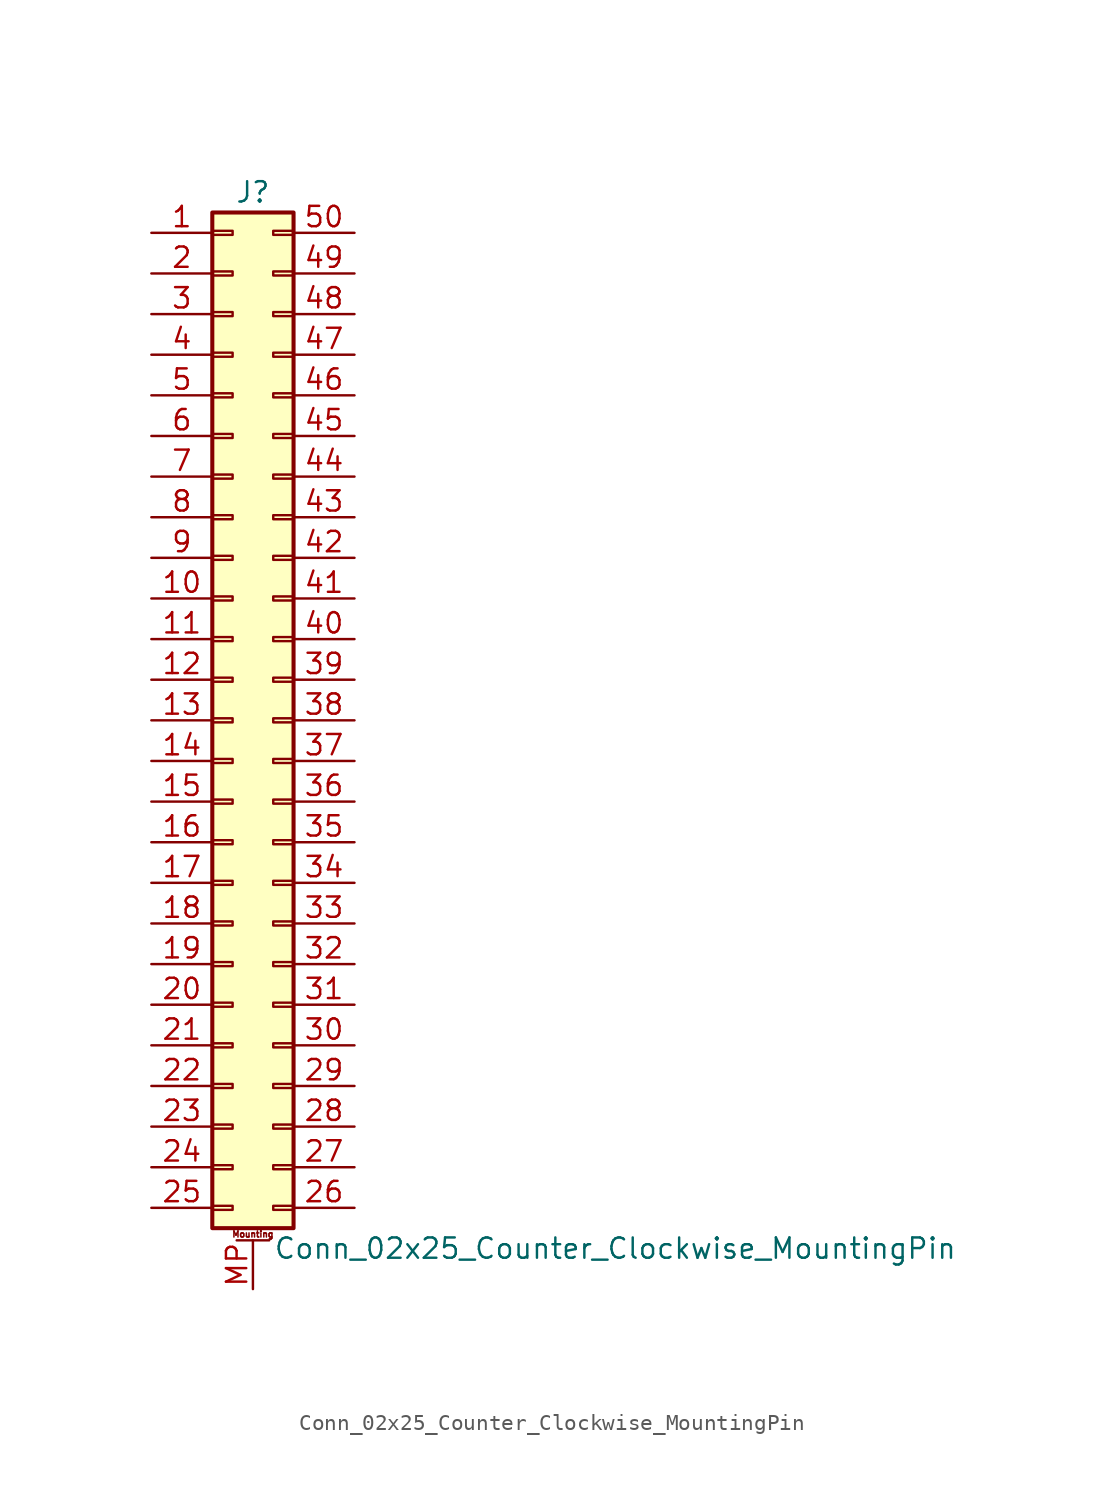
<source format=kicad_sym>
(kicad_symbol_lib
  (version 20201005)
  (generator kicad_symbol_editor)
  (symbol "Conn_02x25_Counter_Clockwise_MountingPin"
    (pin_names
      (offset 1.016) hide)
    (property "Reference" "J"
      (at 1.27 33.02 0)
      (effects (font (size 1.27 1.27))))
    (property "Value" "Conn_02x25_Counter_Clockwise_MountingPin"
      (at 2.54 -33.02 0)
      (effects (font (size 1.27 1.27)) (justify left)))
    (symbol "Conn_02x25_Counter_Clockwise_MountingPin_1_1"
      (text "Mounting" (at 1.27 -32.131 0) (effects (font (size 0.381 0.381))))
      (rectangle (start -1.27 -30.353) (end 0 -30.607) (stroke (width 0.152)) (fill (type none)))
      (rectangle (start -1.27 -27.813) (end 0 -28.067) (stroke (width 0.152)) (fill (type none)))
      (rectangle (start -1.27 -25.273) (end 0 -25.527) (stroke (width 0.152)) (fill (type none)))
      (rectangle (start -1.27 -22.733) (end 0 -22.987) (stroke (width 0.152)) (fill (type none)))
      (rectangle (start -1.27 -20.193) (end 0 -20.447) (stroke (width 0.152)) (fill (type none)))
      (rectangle (start -1.27 -17.653) (end 0 -17.907) (stroke (width 0.152)) (fill (type none)))
      (rectangle (start -1.27 -15.113) (end 0 -15.367) (stroke (width 0.152)) (fill (type none)))
      (rectangle (start -1.27 -12.573) (end 0 -12.827) (stroke (width 0.152)) (fill (type none)))
      (rectangle (start -1.27 -10.033) (end 0 -10.287) (stroke (width 0.152)) (fill (type none)))
      (rectangle (start -1.27 -7.493) (end 0 -7.747) (stroke (width 0.152)) (fill (type none)))
      (rectangle (start -1.27 -4.953) (end 0 -5.207) (stroke (width 0.152)) (fill (type none)))
      (rectangle (start -1.27 -2.413) (end 0 -2.667) (stroke (width 0.152)) (fill (type none)))
      (rectangle (start -1.27 0.127) (end 0 -0.127) (stroke (width 0.152)) (fill (type none)))
      (rectangle (start -1.27 2.667) (end 0 2.413) (stroke (width 0.152)) (fill (type none)))
      (rectangle (start -1.27 5.207) (end 0 4.953) (stroke (width 0.152)) (fill (type none)))
      (rectangle (start -1.27 7.747) (end 0 7.493) (stroke (width 0.152)) (fill (type none)))
      (rectangle (start -1.27 10.287) (end 0 10.033) (stroke (width 0.152)) (fill (type none)))
      (rectangle (start -1.27 12.827) (end 0 12.573) (stroke (width 0.152)) (fill (type none)))
      (rectangle (start -1.27 15.367) (end 0 15.113) (stroke (width 0.152)) (fill (type none)))
      (rectangle (start -1.27 17.907) (end 0 17.653) (stroke (width 0.152)) (fill (type none)))
      (rectangle (start -1.27 20.447) (end 0 20.193) (stroke (width 0.152)) (fill (type none)))
      (rectangle (start -1.27 22.987) (end 0 22.733) (stroke (width 0.152)) (fill (type none)))
      (rectangle (start -1.27 25.527) (end 0 25.273) (stroke (width 0.152)) (fill (type none)))
      (rectangle (start -1.27 28.067) (end 0 27.813) (stroke (width 0.152)) (fill (type none)))
      (rectangle (start -1.27 30.607) (end 0 30.353) (stroke (width 0.152)) (fill (type none)))
      (rectangle (start 3.81 -30.353) (end 2.54 -30.607) (stroke (width 0.152)) (fill (type none)))
      (rectangle (start 3.81 -27.813) (end 2.54 -28.067) (stroke (width 0.152)) (fill (type none)))
      (rectangle (start 3.81 -25.273) (end 2.54 -25.527) (stroke (width 0.152)) (fill (type none)))
      (rectangle (start 3.81 -22.733) (end 2.54 -22.987) (stroke (width 0.152)) (fill (type none)))
      (rectangle (start 3.81 -20.193) (end 2.54 -20.447) (stroke (width 0.152)) (fill (type none)))
      (rectangle (start 3.81 -17.653) (end 2.54 -17.907) (stroke (width 0.152)) (fill (type none)))
      (rectangle (start 3.81 -15.113) (end 2.54 -15.367) (stroke (width 0.152)) (fill (type none)))
      (rectangle (start 3.81 -12.573) (end 2.54 -12.827) (stroke (width 0.152)) (fill (type none)))
      (rectangle (start 3.81 -10.033) (end 2.54 -10.287) (stroke (width 0.152)) (fill (type none)))
      (rectangle (start 3.81 -7.493) (end 2.54 -7.747) (stroke (width 0.152)) (fill (type none)))
      (rectangle (start 3.81 -4.953) (end 2.54 -5.207) (stroke (width 0.152)) (fill (type none)))
      (rectangle (start 3.81 -2.413) (end 2.54 -2.667) (stroke (width 0.152)) (fill (type none)))
      (rectangle (start 3.81 0.127) (end 2.54 -0.127) (stroke (width 0.152)) (fill (type none)))
      (rectangle (start 3.81 2.667) (end 2.54 2.413) (stroke (width 0.152)) (fill (type none)))
      (rectangle (start 3.81 5.207) (end 2.54 4.953) (stroke (width 0.152)) (fill (type none)))
      (rectangle (start 3.81 7.747) (end 2.54 7.493) (stroke (width 0.152)) (fill (type none)))
      (rectangle (start 3.81 10.287) (end 2.54 10.033) (stroke (width 0.152)) (fill (type none)))
      (rectangle (start 3.81 12.827) (end 2.54 12.573) (stroke (width 0.152)) (fill (type none)))
      (rectangle (start 3.81 15.367) (end 2.54 15.113) (stroke (width 0.152)) (fill (type none)))
      (rectangle (start 3.81 17.907) (end 2.54 17.653) (stroke (width 0.152)) (fill (type none)))
      (rectangle (start 3.81 20.447) (end 2.54 20.193) (stroke (width 0.152)) (fill (type none)))
      (rectangle (start 3.81 22.987) (end 2.54 22.733) (stroke (width 0.152)) (fill (type none)))
      (rectangle (start 3.81 25.527) (end 2.54 25.273) (stroke (width 0.152)) (fill (type none)))
      (rectangle (start 3.81 28.067) (end 2.54 27.813) (stroke (width 0.152)) (fill (type none)))
      (rectangle (start 3.81 30.607) (end 2.54 30.353) (stroke (width 0.152)) (fill (type none)))
      (rectangle (start -1.27 31.75) (end 3.81 -31.75) (stroke (width 0.254)) (fill (type background)))
      (polyline (pts (xy 0.254 -32.512) (xy 2.286 -32.512)) (stroke (width 0.152)) (fill (type none)))
      (pin passive line (at -5.08 30.48 0) (length 3.81) (name "Pin_1" (effects (font (size 1.27 1.27)))) (number "1" (effects (font (size 1.27 1.27)))))
      (pin passive line (at -5.08 7.62 0) (length 3.81) (name "Pin_10" (effects (font (size 1.27 1.27)))) (number "10" (effects (font (size 1.27 1.27)))))
      (pin passive line (at -5.08 5.08 0) (length 3.81) (name "Pin_11" (effects (font (size 1.27 1.27)))) (number "11" (effects (font (size 1.27 1.27)))))
      (pin passive line (at -5.08 2.54 0) (length 3.81) (name "Pin_12" (effects (font (size 1.27 1.27)))) (number "12" (effects (font (size 1.27 1.27)))))
      (pin passive line (at -5.08 0 0) (length 3.81) (name "Pin_13" (effects (font (size 1.27 1.27)))) (number "13" (effects (font (size 1.27 1.27)))))
      (pin passive line (at -5.08 -2.54 0) (length 3.81) (name "Pin_14" (effects (font (size 1.27 1.27)))) (number "14" (effects (font (size 1.27 1.27)))))
      (pin passive line (at -5.08 -5.08 0) (length 3.81) (name "Pin_15" (effects (font (size 1.27 1.27)))) (number "15" (effects (font (size 1.27 1.27)))))
      (pin passive line (at -5.08 -7.62 0) (length 3.81) (name "Pin_16" (effects (font (size 1.27 1.27)))) (number "16" (effects (font (size 1.27 1.27)))))
      (pin passive line (at -5.08 -10.16 0) (length 3.81) (name "Pin_17" (effects (font (size 1.27 1.27)))) (number "17" (effects (font (size 1.27 1.27)))))
      (pin passive line (at -5.08 -12.7 0) (length 3.81) (name "Pin_18" (effects (font (size 1.27 1.27)))) (number "18" (effects (font (size 1.27 1.27)))))
      (pin passive line (at -5.08 -15.24 0) (length 3.81) (name "Pin_19" (effects (font (size 1.27 1.27)))) (number "19" (effects (font (size 1.27 1.27)))))
      (pin passive line (at -5.08 27.94 0) (length 3.81) (name "Pin_2" (effects (font (size 1.27 1.27)))) (number "2" (effects (font (size 1.27 1.27)))))
      (pin passive line (at -5.08 -17.78 0) (length 3.81) (name "Pin_20" (effects (font (size 1.27 1.27)))) (number "20" (effects (font (size 1.27 1.27)))))
      (pin passive line (at -5.08 -20.32 0) (length 3.81) (name "Pin_21" (effects (font (size 1.27 1.27)))) (number "21" (effects (font (size 1.27 1.27)))))
      (pin passive line (at -5.08 -22.86 0) (length 3.81) (name "Pin_22" (effects (font (size 1.27 1.27)))) (number "22" (effects (font (size 1.27 1.27)))))
      (pin passive line (at -5.08 -25.4 0) (length 3.81) (name "Pin_23" (effects (font (size 1.27 1.27)))) (number "23" (effects (font (size 1.27 1.27)))))
      (pin passive line (at -5.08 -27.94 0) (length 3.81) (name "Pin_24" (effects (font (size 1.27 1.27)))) (number "24" (effects (font (size 1.27 1.27)))))
      (pin passive line (at -5.08 -30.48 0) (length 3.81) (name "Pin_25" (effects (font (size 1.27 1.27)))) (number "25" (effects (font (size 1.27 1.27)))))
      (pin passive line (at 7.62 -30.48 180) (length 3.81) (name "Pin_26" (effects (font (size 1.27 1.27)))) (number "26" (effects (font (size 1.27 1.27)))))
      (pin passive line (at 7.62 -27.94 180) (length 3.81) (name "Pin_27" (effects (font (size 1.27 1.27)))) (number "27" (effects (font (size 1.27 1.27)))))
      (pin passive line (at 7.62 -25.4 180) (length 3.81) (name "Pin_28" (effects (font (size 1.27 1.27)))) (number "28" (effects (font (size 1.27 1.27)))))
      (pin passive line (at 7.62 -22.86 180) (length 3.81) (name "Pin_29" (effects (font (size 1.27 1.27)))) (number "29" (effects (font (size 1.27 1.27)))))
      (pin passive line (at -5.08 25.4 0) (length 3.81) (name "Pin_3" (effects (font (size 1.27 1.27)))) (number "3" (effects (font (size 1.27 1.27)))))
      (pin passive line (at 7.62 -20.32 180) (length 3.81) (name "Pin_30" (effects (font (size 1.27 1.27)))) (number "30" (effects (font (size 1.27 1.27)))))
      (pin passive line (at 7.62 -17.78 180) (length 3.81) (name "Pin_31" (effects (font (size 1.27 1.27)))) (number "31" (effects (font (size 1.27 1.27)))))
      (pin passive line (at 7.62 -15.24 180) (length 3.81) (name "Pin_32" (effects (font (size 1.27 1.27)))) (number "32" (effects (font (size 1.27 1.27)))))
      (pin passive line (at 7.62 -12.7 180) (length 3.81) (name "Pin_33" (effects (font (size 1.27 1.27)))) (number "33" (effects (font (size 1.27 1.27)))))
      (pin passive line (at 7.62 -10.16 180) (length 3.81) (name "Pin_34" (effects (font (size 1.27 1.27)))) (number "34" (effects (font (size 1.27 1.27)))))
      (pin passive line (at 7.62 -7.62 180) (length 3.81) (name "Pin_35" (effects (font (size 1.27 1.27)))) (number "35" (effects (font (size 1.27 1.27)))))
      (pin passive line (at 7.62 -5.08 180) (length 3.81) (name "Pin_36" (effects (font (size 1.27 1.27)))) (number "36" (effects (font (size 1.27 1.27)))))
      (pin passive line (at 7.62 -2.54 180) (length 3.81) (name "Pin_37" (effects (font (size 1.27 1.27)))) (number "37" (effects (font (size 1.27 1.27)))))
      (pin passive line (at 7.62 0 180) (length 3.81) (name "Pin_38" (effects (font (size 1.27 1.27)))) (number "38" (effects (font (size 1.27 1.27)))))
      (pin passive line (at 7.62 2.54 180) (length 3.81) (name "Pin_39" (effects (font (size 1.27 1.27)))) (number "39" (effects (font (size 1.27 1.27)))))
      (pin passive line (at -5.08 22.86 0) (length 3.81) (name "Pin_4" (effects (font (size 1.27 1.27)))) (number "4" (effects (font (size 1.27 1.27)))))
      (pin passive line (at 7.62 5.08 180) (length 3.81) (name "Pin_40" (effects (font (size 1.27 1.27)))) (number "40" (effects (font (size 1.27 1.27)))))
      (pin passive line (at 7.62 7.62 180) (length 3.81) (name "Pin_41" (effects (font (size 1.27 1.27)))) (number "41" (effects (font (size 1.27 1.27)))))
      (pin passive line (at 7.62 10.16 180) (length 3.81) (name "Pin_42" (effects (font (size 1.27 1.27)))) (number "42" (effects (font (size 1.27 1.27)))))
      (pin passive line (at 7.62 12.7 180) (length 3.81) (name "Pin_43" (effects (font (size 1.27 1.27)))) (number "43" (effects (font (size 1.27 1.27)))))
      (pin passive line (at 7.62 15.24 180) (length 3.81) (name "Pin_44" (effects (font (size 1.27 1.27)))) (number "44" (effects (font (size 1.27 1.27)))))
      (pin passive line (at 7.62 17.78 180) (length 3.81) (name "Pin_45" (effects (font (size 1.27 1.27)))) (number "45" (effects (font (size 1.27 1.27)))))
      (pin passive line (at 7.62 20.32 180) (length 3.81) (name "Pin_46" (effects (font (size 1.27 1.27)))) (number "46" (effects (font (size 1.27 1.27)))))
      (pin passive line (at 7.62 22.86 180) (length 3.81) (name "Pin_47" (effects (font (size 1.27 1.27)))) (number "47" (effects (font (size 1.27 1.27)))))
      (pin passive line (at 7.62 25.4 180) (length 3.81) (name "Pin_48" (effects (font (size 1.27 1.27)))) (number "48" (effects (font (size 1.27 1.27)))))
      (pin passive line (at 7.62 27.94 180) (length 3.81) (name "Pin_49" (effects (font (size 1.27 1.27)))) (number "49" (effects (font (size 1.27 1.27)))))
      (pin passive line (at -5.08 20.32 0) (length 3.81) (name "Pin_5" (effects (font (size 1.27 1.27)))) (number "5" (effects (font (size 1.27 1.27)))))
      (pin passive line (at 7.62 30.48 180) (length 3.81) (name "Pin_50" (effects (font (size 1.27 1.27)))) (number "50" (effects (font (size 1.27 1.27)))))
      (pin passive line (at -5.08 17.78 0) (length 3.81) (name "Pin_6" (effects (font (size 1.27 1.27)))) (number "6" (effects (font (size 1.27 1.27)))))
      (pin passive line (at -5.08 15.24 0) (length 3.81) (name "Pin_7" (effects (font (size 1.27 1.27)))) (number "7" (effects (font (size 1.27 1.27)))))
      (pin passive line (at -5.08 12.7 0) (length 3.81) (name "Pin_8" (effects (font (size 1.27 1.27)))) (number "8" (effects (font (size 1.27 1.27)))))
      (pin passive line (at -5.08 10.16 0) (length 3.81) (name "Pin_9" (effects (font (size 1.27 1.27)))) (number "9" (effects (font (size 1.27 1.27)))))
      (pin passive line (at 1.27 -35.56 90) (length 3.048) (name "MountPin" (effects (font (size 1.27 1.27)))) (number "MP" (effects (font (size 1.27 1.27))))))))
</source>
